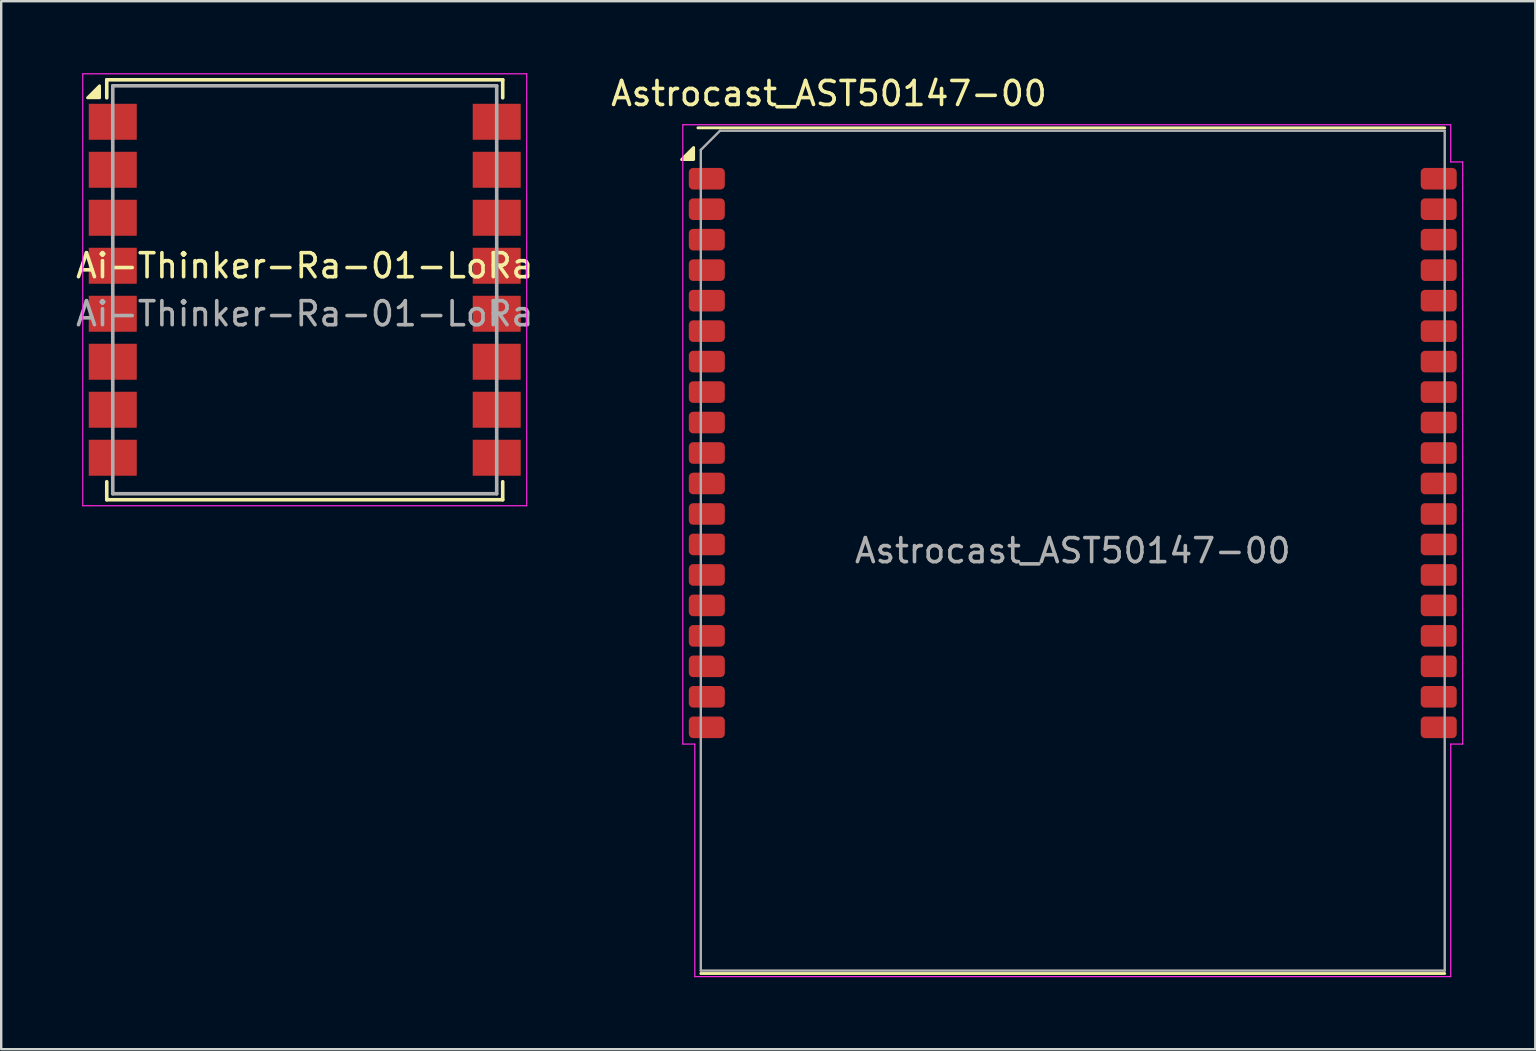
<source format=kicad_pcb>
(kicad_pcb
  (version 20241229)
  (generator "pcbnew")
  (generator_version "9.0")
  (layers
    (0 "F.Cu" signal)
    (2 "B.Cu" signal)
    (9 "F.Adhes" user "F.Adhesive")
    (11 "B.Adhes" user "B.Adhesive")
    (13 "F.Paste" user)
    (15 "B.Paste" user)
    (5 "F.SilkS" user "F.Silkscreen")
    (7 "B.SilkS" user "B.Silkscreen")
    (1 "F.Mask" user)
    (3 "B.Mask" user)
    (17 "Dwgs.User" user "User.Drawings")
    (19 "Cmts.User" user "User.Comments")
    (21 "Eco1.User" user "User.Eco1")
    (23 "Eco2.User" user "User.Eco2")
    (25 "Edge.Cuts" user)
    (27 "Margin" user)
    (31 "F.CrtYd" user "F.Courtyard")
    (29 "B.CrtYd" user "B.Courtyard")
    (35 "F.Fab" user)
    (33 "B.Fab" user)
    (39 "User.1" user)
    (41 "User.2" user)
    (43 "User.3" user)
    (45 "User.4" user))
  (footprint "Astrocast_AST50147-00"
    (layer "F.Cu")
    (at 41.654 19.898)
    (property "Reference" "Astrocast_AST50147-00" (at -10.16 -19.05 0) (unlocked yes) (layer "F.SilkS") (effects (font (size 1 1) (thickness 0.15))))
    (attr smd)
    (fp_line (start -15.62 -17.62) (end 15.5 -17.62) (stroke (width 0.12) (type solid)) (layer "F.SilkS"))
    (fp_line (start -15.5 17.62) (end 15.5 17.62) (stroke (width 0.12) (type solid)) (layer "F.SilkS"))
    (fp_poly (pts (xy -15.8 -16.3) (xy -16.3 -16.3) (xy -15.8 -16.8) (xy -15.8 -16.3)) (stroke (width 0.12) (type solid)) (fill yes) (layer "F.SilkS"))
    (fp_line (start -16.25 -17.75) (end -16.25 8.06) (stroke (width 0.05) (type default)) (layer "F.CrtYd"))
    (fp_line (start -16.25 -17.75) (end 15.75 -17.75) (stroke (width 0.05) (type default)) (layer "F.CrtYd"))
    (fp_line (start -16.25 8.06) (end -15.75 8.06) (stroke (width 0.05) (type default)) (layer "F.CrtYd"))
    (fp_line (start -15.75 8.06) (end -15.75 17.75) (stroke (width 0.05) (type default)) (layer "F.CrtYd"))
    (fp_line (start -15.75 17.75) (end 15.75 17.75) (stroke (width 0.05) (type default)) (layer "F.CrtYd"))
    (fp_line (start 15.75 -16.2) (end 15.75 -17.75) (stroke (width 0.05) (type default)) (layer "F.CrtYd"))
    (fp_line (start 15.75 8.06) (end 15.75 17.75) (stroke (width 0.05) (type default)) (layer "F.CrtYd"))
    (fp_line (start 16.25 -16.2) (end 15.75 -16.2) (stroke (width 0.05) (type default)) (layer "F.CrtYd"))
    (fp_line (start 16.25 8.06) (end 15.75 8.06) (stroke (width 0.05) (type default)) (layer "F.CrtYd"))
    (fp_line (start 16.25 8.06) (end 16.25 -16.2) (stroke (width 0.05) (type default)) (layer "F.CrtYd"))
    (fp_line (start -15.5 -16.7) (end -15.5 17.5) (stroke (width 0.1) (type solid)) (layer "F.Fab"))
    (fp_line (start -15.5 17.5) (end 15.5 17.5) (stroke (width 0.1) (type solid)) (layer "F.Fab"))
    (fp_line (start -14.7 -17.5) (end -15.5 -16.7) (stroke (width 0.1) (type solid)) (layer "F.Fab"))
    (fp_line (start -14.7 -17.5) (end 15.5 -17.5) (stroke (width 0.1) (type solid)) (layer "F.Fab"))
    (fp_line (start 15.5 -17.5) (end 15.5 17.5) (stroke (width 0.1) (type solid)) (layer "F.Fab"))
    (fp_text user "${REFERENCE}" (at 0 0 0) (unlocked yes) (layer "F.Fab") (effects (font (size 1 1) (thickness 0.15))))
    (pad "1" smd roundrect (at -15.25 -15.5) (size 1.5 0.9) (layers "F.Cu" "F.Mask" "F.Paste") (roundrect_rratio 0.2))
    (pad "2" smd roundrect (at -15.25 -14.23) (size 1.5 0.9) (layers "F.Cu" "F.Mask" "F.Paste") (roundrect_rratio 0.2))
    (pad "3" smd roundrect (at -15.25 -12.96) (size 1.5 0.9) (layers "F.Cu" "F.Mask" "F.Paste") (roundrect_rratio 0.2))
    (pad "4" smd roundrect (at -15.25 -11.69) (size 1.5 0.9) (layers "F.Cu" "F.Mask" "F.Paste") (roundrect_rratio 0.2))
    (pad "5" smd roundrect (at -15.25 -10.42) (size 1.5 0.9) (layers "F.Cu" "F.Mask" "F.Paste") (roundrect_rratio 0.2))
    (pad "6" smd roundrect (at -15.25 -9.15) (size 1.5 0.9) (layers "F.Cu" "F.Mask" "F.Paste") (roundrect_rratio 0.2))
    (pad "7" smd roundrect (at -15.25 -7.88) (size 1.5 0.9) (layers "F.Cu" "F.Mask" "F.Paste") (roundrect_rratio 0.2))
    (pad "8" smd roundrect (at -15.25 -6.61) (size 1.5 0.9) (layers "F.Cu" "F.Mask" "F.Paste") (roundrect_rratio 0.2))
    (pad "9" smd roundrect (at -15.25 -5.34) (size 1.5 0.9) (layers "F.Cu" "F.Mask" "F.Paste") (roundrect_rratio 0.2))
    (pad "10" smd roundrect (at -15.25 -4.07) (size 1.5 0.9) (layers "F.Cu" "F.Mask" "F.Paste") (roundrect_rratio 0.2))
    (pad "11" smd roundrect (at -15.25 -2.8) (size 1.5 0.9) (layers "F.Cu" "F.Mask" "F.Paste") (roundrect_rratio 0.2))
    (pad "12" smd roundrect (at -15.25 -1.53) (size 1.5 0.9) (layers "F.Cu" "F.Mask" "F.Paste") (roundrect_rratio 0.2))
    (pad "13" smd roundrect (at -15.25 -0.26) (size 1.5 0.9) (layers "F.Cu" "F.Mask" "F.Paste") (roundrect_rratio 0.2))
    (pad "14" smd roundrect (at -15.25 1.01) (size 1.5 0.9) (layers "F.Cu" "F.Mask" "F.Paste") (roundrect_rratio 0.2))
    (pad "15" smd roundrect (at -15.25 2.28) (size 1.5 0.9) (layers "F.Cu" "F.Mask" "F.Paste") (roundrect_rratio 0.2))
    (pad "16" smd roundrect (at -15.25 3.55) (size 1.5 0.9) (layers "F.Cu" "F.Mask" "F.Paste") (roundrect_rratio 0.2))
    (pad "17" smd roundrect (at -15.25 4.82) (size 1.5 0.9) (layers "F.Cu" "F.Mask" "F.Paste") (roundrect_rratio 0.2))
    (pad "18" smd roundrect (at -15.25 6.09) (size 1.5 0.9) (layers "F.Cu" "F.Mask" "F.Paste") (roundrect_rratio 0.2))
    (pad "19" smd roundrect (at -15.25 7.36) (size 1.5 0.9) (layers "F.Cu" "F.Mask" "F.Paste") (roundrect_rratio 0.2))
    (pad "20" smd roundrect (at 15.25 7.36) (size 1.5 0.9) (layers "F.Cu" "F.Mask" "F.Paste") (roundrect_rratio 0.2))
    (pad "21" smd roundrect (at 15.25 6.09) (size 1.5 0.9) (layers "F.Cu" "F.Mask" "F.Paste") (roundrect_rratio 0.2))
    (pad "22" smd roundrect (at 15.25 4.82) (size 1.5 0.9) (layers "F.Cu" "F.Mask" "F.Paste") (roundrect_rratio 0.2))
    (pad "23" smd roundrect (at 15.25 3.55) (size 1.5 0.9) (layers "F.Cu" "F.Mask" "F.Paste") (roundrect_rratio 0.2))
    (pad "24" smd roundrect (at 15.25 2.28) (size 1.5 0.9) (layers "F.Cu" "F.Mask" "F.Paste") (roundrect_rratio 0.2))
    (pad "25" smd roundrect (at 15.25 1.01) (size 1.5 0.9) (layers "F.Cu" "F.Mask" "F.Paste") (roundrect_rratio 0.2))
    (pad "26" smd roundrect (at 15.25 -0.26) (size 1.5 0.9) (layers "F.Cu" "F.Mask" "F.Paste") (roundrect_rratio 0.2))
    (pad "27" smd roundrect (at 15.25 -1.53) (size 1.5 0.9) (layers "F.Cu" "F.Mask" "F.Paste") (roundrect_rratio 0.2))
    (pad "28" smd roundrect (at 15.25 -2.8) (size 1.5 0.9) (layers "F.Cu" "F.Mask" "F.Paste") (roundrect_rratio 0.2))
    (pad "29" smd roundrect (at 15.25 -4.07) (size 1.5 0.9) (layers "F.Cu" "F.Mask" "F.Paste") (roundrect_rratio 0.2))
    (pad "30" smd roundrect (at 15.25 -5.34) (size 1.5 0.9) (layers "F.Cu" "F.Mask" "F.Paste") (roundrect_rratio 0.2))
    (pad "31" smd roundrect (at 15.25 -6.61) (size 1.5 0.9) (layers "F.Cu" "F.Mask" "F.Paste") (roundrect_rratio 0.2))
    (pad "32" smd roundrect (at 15.25 -7.88) (size 1.5 0.9) (layers "F.Cu" "F.Mask" "F.Paste") (roundrect_rratio 0.2))
    (pad "33" smd roundrect (at 15.25 -9.15) (size 1.5 0.9) (layers "F.Cu" "F.Mask" "F.Paste") (roundrect_rratio 0.2))
    (pad "34" smd roundrect (at 15.25 -10.42) (size 1.5 0.9) (layers "F.Cu" "F.Mask" "F.Paste") (roundrect_rratio 0.2))
    (pad "35" smd roundrect (at 15.25 -11.69) (size 1.5 0.9) (layers "F.Cu" "F.Mask" "F.Paste") (roundrect_rratio 0.2))
    (pad "36" smd roundrect (at 15.25 -12.96) (size 1.5 0.9) (layers "F.Cu" "F.Mask" "F.Paste") (roundrect_rratio 0.2))
    (pad "37" smd roundrect (at 15.25 -14.23) (size 1.5 0.9) (layers "F.Cu" "F.Mask" "F.Paste") (roundrect_rratio 0.2))
    (pad "38" smd roundrect (at 15.25 -15.5) (size 1.5 0.9) (layers "F.Cu" "F.Mask" "F.Paste") (roundrect_rratio 0.2))
    (zone (net_name "") (layer "F.Cu") (name "Tracks, vias and pads Keep Out") (hatch full 0.5) (connect_pads) (min_thickness 0.25) (filled_areas_thickness no) (keepout (tracks not_allowed) (vias not_allowed) (pads not_allowed) (copperpour allowed) (footprints allowed)) (placement (enabled no)) (fill) (polygon (pts (xy 26.104 3.898) (xy 27.204 3.898) (xy 27.204 27.758) (xy 26.104 27.758) (xy 26.104 37.448) (xy 57.204 37.448) (xy 57.204 27.758) (xy 56.104 27.758) (xy 56.104 3.898) (xy 57.204 3.898) (xy 57.204 2.348) (xy 26.104 2.348)))))
  (footprint "Ai-Thinker-Ra-01-LoRa"
    (layer "F.Cu")
    (at 9.649 9.025)
    (property "Reference" "Ai-Thinker-Ra-01-LoRa" (at 0 -1 0) (layer "F.SilkS") (effects (font (size 1 1) (thickness 0.15))))
    (attr smd)
    (fp_line (start -8.25 -8.75) (end 8.25 -8.75) (stroke (width 0.15) (type solid)) (layer "F.SilkS"))
    (fp_line (start -8.25 -8) (end -8.25 -8.75) (stroke (width 0.15) (type solid)) (layer "F.SilkS"))
    (fp_line (start -8.25 8) (end -8.25 8.75) (stroke (width 0.15) (type solid)) (layer "F.SilkS"))
    (fp_line (start -8.25 8.75) (end 8.25 8.75) (stroke (width 0.15) (type solid)) (layer "F.SilkS"))
    (fp_line (start 8.25 -8.75) (end 8.25 -8) (stroke (width 0.15) (type solid)) (layer "F.SilkS"))
    (fp_line (start 8.25 8.75) (end 8.25 8) (stroke (width 0.15) (type solid)) (layer "F.SilkS"))
    (fp_poly (pts (xy -8.55 -8) (xy -9.05 -8) (xy -8.55 -8.5) (xy -8.55 -8)) (stroke (width 0.12) (type solid)) (fill yes) (layer "F.SilkS"))
    (fp_line (start -9.25 -9) (end 9.25 -9) (stroke (width 0.05) (type solid)) (layer "F.CrtYd"))
    (fp_line (start -9.25 9) (end -9.25 -9) (stroke (width 0.05) (type solid)) (layer "F.CrtYd"))
    (fp_line (start 9.25 -9) (end 9.25 9) (stroke (width 0.05) (type solid)) (layer "F.CrtYd"))
    (fp_line (start 9.25 9) (end -9.25 9) (stroke (width 0.05) (type solid)) (layer "F.CrtYd"))
    (fp_line (start -8 -8.5) (end 8 -8.5) (stroke (width 0.15) (type solid)) (layer "F.Fab"))
    (fp_line (start -8 8.5) (end -8 -8.5) (stroke (width 0.15) (type solid)) (layer "F.Fab"))
    (fp_line (start 8 -8.5) (end 8 8.5) (stroke (width 0.15) (type solid)) (layer "F.Fab"))
    (fp_line (start 8 8.5) (end -8 8.5) (stroke (width 0.15) (type solid)) (layer "F.Fab"))
    (fp_text user "${REFERENCE}" (at 0 1 0) (layer "F.Fab") (effects (font (size 1 1) (thickness 0.15))))
    (pad "1" smd rect (at -8 -7) (size 2 1.5) (layers "F.Cu" "F.Mask" "F.Paste"))
    (pad "2" smd rect (at -8 -5) (size 2 1.5) (layers "F.Cu" "F.Mask" "F.Paste"))
    (pad "3" smd rect (at -8 -3) (size 2 1.5) (layers "F.Cu" "F.Mask" "F.Paste"))
    (pad "4" smd rect (at -8 -1) (size 2 1.5) (layers "F.Cu" "F.Mask" "F.Paste"))
    (pad "5" smd rect (at -8 1) (size 2 1.5) (layers "F.Cu" "F.Mask" "F.Paste"))
    (pad "6" smd rect (at -8 3) (size 2 1.5) (layers "F.Cu" "F.Mask" "F.Paste"))
    (pad "7" smd rect (at -8 5) (size 2 1.5) (layers "F.Cu" "F.Mask" "F.Paste"))
    (pad "8" smd rect (at -8 7) (size 2 1.5) (layers "F.Cu" "F.Mask" "F.Paste"))
    (pad "9" smd rect (at 8 7) (size 2 1.5) (layers "F.Cu" "F.Mask" "F.Paste"))
    (pad "10" smd rect (at 8 5) (size 2 1.5) (layers "F.Cu" "F.Mask" "F.Paste"))
    (pad "11" smd rect (at 8 3) (size 2 1.5) (layers "F.Cu" "F.Mask" "F.Paste"))
    (pad "12" smd rect (at 8 1) (size 2 1.5) (layers "F.Cu" "F.Mask" "F.Paste"))
    (pad "13" smd rect (at 8 -1) (size 2 1.5) (layers "F.Cu" "F.Mask" "F.Paste"))
    (pad "14" smd rect (at 8 -3) (size 2 1.5) (layers "F.Cu" "F.Mask" "F.Paste"))
    (pad "15" smd rect (at 8 -5) (size 2 1.5) (layers "F.Cu" "F.Mask" "F.Paste"))
    (pad "16" smd rect (at 8 -7) (size 2 1.5) (layers "F.Cu" "F.Mask" "F.Paste")))
  (gr_rect
    (start -3 -3)
    (end 60.929 40.673)
    (stroke (width 0.1) (type default))
    (fill no)
    (layer "Edge.Cuts")))
</source>
